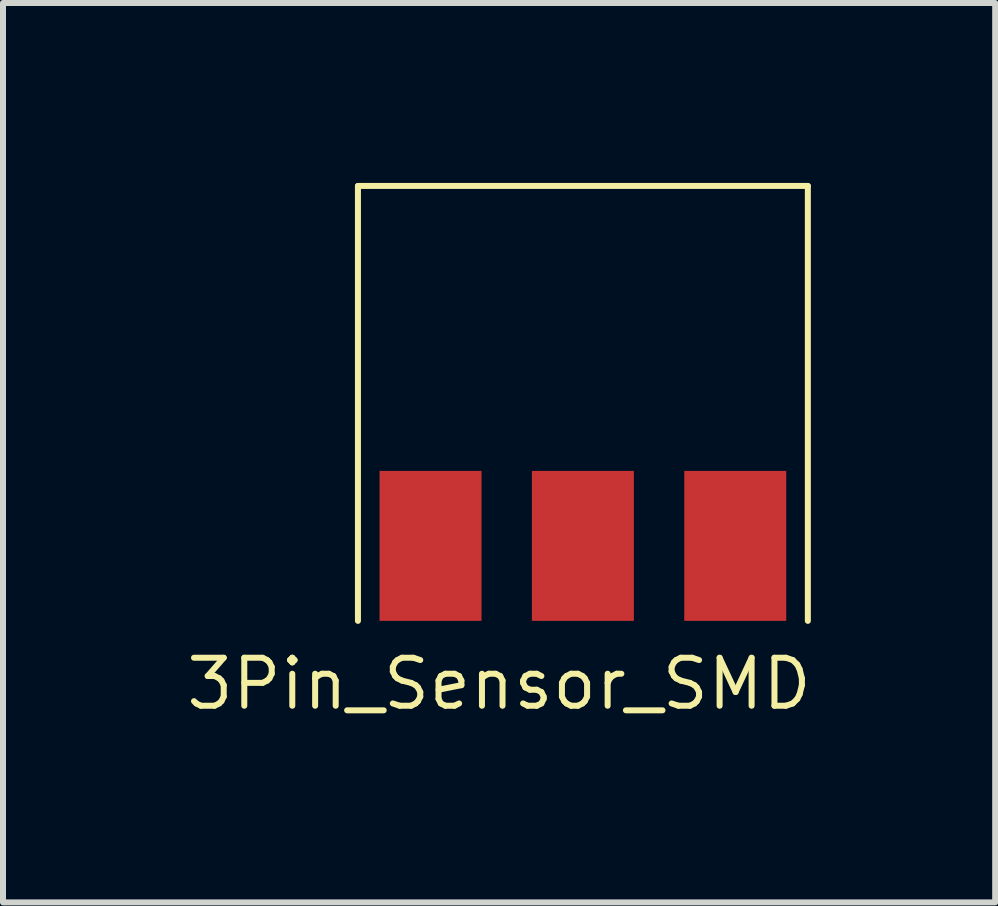
<source format=kicad_pcb>
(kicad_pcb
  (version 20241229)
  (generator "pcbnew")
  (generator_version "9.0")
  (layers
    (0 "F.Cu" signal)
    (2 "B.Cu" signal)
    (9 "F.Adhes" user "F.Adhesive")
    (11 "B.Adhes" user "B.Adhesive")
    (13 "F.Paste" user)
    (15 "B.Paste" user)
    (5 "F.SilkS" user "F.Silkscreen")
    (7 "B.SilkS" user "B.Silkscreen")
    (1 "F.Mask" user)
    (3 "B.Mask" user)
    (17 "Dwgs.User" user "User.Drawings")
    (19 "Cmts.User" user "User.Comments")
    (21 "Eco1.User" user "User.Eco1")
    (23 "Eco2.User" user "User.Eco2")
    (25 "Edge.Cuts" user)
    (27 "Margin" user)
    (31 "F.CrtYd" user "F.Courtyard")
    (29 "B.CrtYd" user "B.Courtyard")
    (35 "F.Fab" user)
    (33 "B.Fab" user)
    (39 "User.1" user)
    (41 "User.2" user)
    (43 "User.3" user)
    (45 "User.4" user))
  (footprint "3Pin_Sensor_SMD"
    (layer "F.Cu")
    (at 6.667 6.05)
    (property "Reference" "3Pin_Sensor_SMD" (at -1.397 2.3 180) (layer "F.SilkS") (effects (font (size 0.8 0.8) (thickness 0.1))))
    (attr through_hole)
    (fp_line (start -3.75 -6) (end 3.75 -6) (stroke (width 0.1) (type solid)) (layer "F.SilkS"))
    (fp_line (start -3.75 1.25) (end -3.75 -6) (stroke (width 0.1) (type solid)) (layer "F.SilkS"))
    (fp_line (start 3.75 -6) (end 3.75 1.25) (stroke (width 0.1) (type solid)) (layer "F.SilkS"))
    (pad "1" smd rect (at -2.54 0) (size 1.7 2.5) (layers "F.Cu" "F.Mask" "F.Paste"))
    (pad "2" smd rect (at 0 0) (size 1.7 2.5) (layers "F.Cu" "F.Mask" "F.Paste"))
    (pad "3" smd rect (at 2.54 0) (size 1.7 2.5) (layers "F.Cu" "F.Mask" "F.Paste")))
  (gr_rect
    (start -3 -3)
    (end 13.54 11.993)
    (stroke (width 0.1) (type default))
    (fill no)
    (layer "Edge.Cuts")))
</source>
